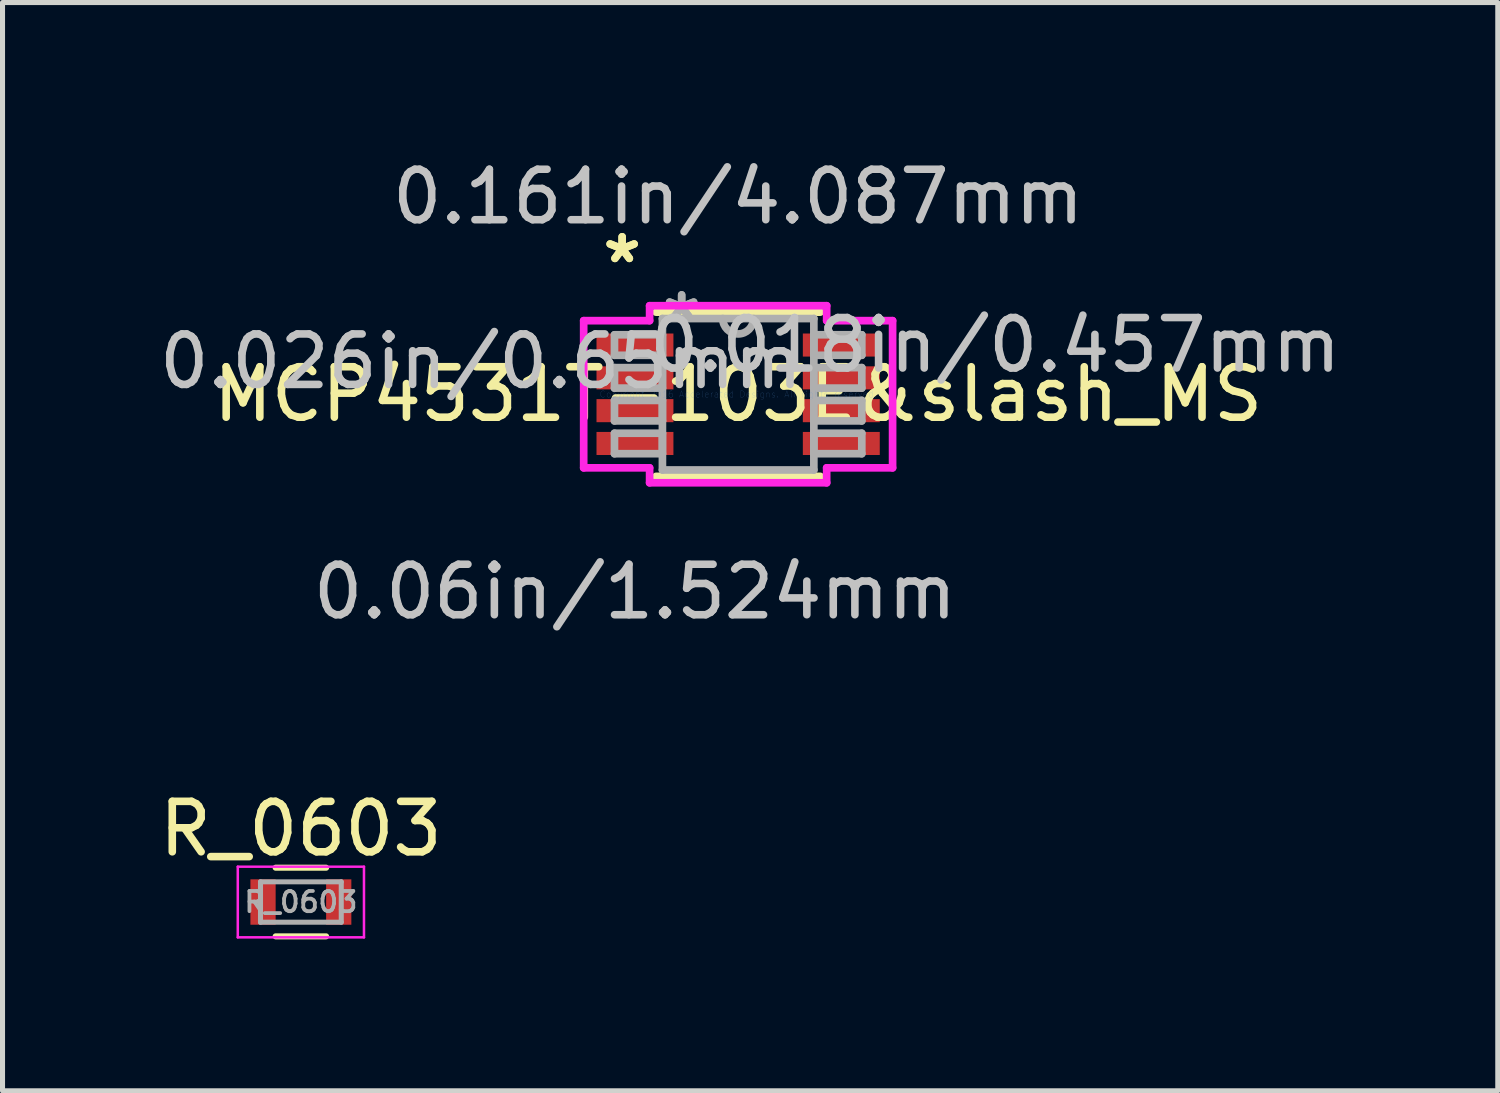
<source format=kicad_pcb>
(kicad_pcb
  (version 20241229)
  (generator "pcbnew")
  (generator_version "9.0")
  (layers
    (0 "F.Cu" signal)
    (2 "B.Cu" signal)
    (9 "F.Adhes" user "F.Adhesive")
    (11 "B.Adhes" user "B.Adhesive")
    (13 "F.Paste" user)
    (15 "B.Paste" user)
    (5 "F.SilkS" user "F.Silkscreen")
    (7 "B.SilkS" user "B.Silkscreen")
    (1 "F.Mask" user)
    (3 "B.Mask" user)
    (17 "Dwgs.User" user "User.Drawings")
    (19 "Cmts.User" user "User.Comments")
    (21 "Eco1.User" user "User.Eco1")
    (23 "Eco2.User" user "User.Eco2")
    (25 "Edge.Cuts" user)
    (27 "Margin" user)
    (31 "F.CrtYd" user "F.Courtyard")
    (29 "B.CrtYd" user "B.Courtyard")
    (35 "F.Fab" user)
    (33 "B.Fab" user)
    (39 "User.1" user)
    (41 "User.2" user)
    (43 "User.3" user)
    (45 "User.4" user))
  (footprint "MCP4531T-103E&slash_MS"
    (layer "F.Cu")
    (at 11.574 4.761)
    (property "Reference" "MCP4531T-103E&slash_MS" (at 0 0 0) (layer "F.SilkS") (effects (font (size 1 1) (thickness 0.15))))
    (attr through_hole)
    (fp_line (start -1.627 1.627) (end 1.627 1.627) (stroke (width 0.152) (type solid)) (layer "F.SilkS"))
    (fp_line (start 1.627 -1.627) (end -1.627 -1.627) (stroke (width 0.152) (type solid)) (layer "F.SilkS"))
    (fp_line (start -3.06 -1.458) (end -1.754 -1.458) (stroke (width 0.152) (type solid)) (layer "F.CrtYd"))
    (fp_line (start -3.06 1.458) (end -3.06 -1.458) (stroke (width 0.152) (type solid)) (layer "F.CrtYd"))
    (fp_line (start -1.754 -1.754) (end 1.754 -1.754) (stroke (width 0.152) (type solid)) (layer "F.CrtYd"))
    (fp_line (start -1.754 -1.458) (end -1.754 -1.754) (stroke (width 0.152) (type solid)) (layer "F.CrtYd"))
    (fp_line (start -1.754 1.458) (end -3.06 1.458) (stroke (width 0.152) (type solid)) (layer "F.CrtYd"))
    (fp_line (start -1.754 1.754) (end -1.754 1.458) (stroke (width 0.152) (type solid)) (layer "F.CrtYd"))
    (fp_line (start 1.754 -1.754) (end 1.754 -1.458) (stroke (width 0.152) (type solid)) (layer "F.CrtYd"))
    (fp_line (start 1.754 -1.458) (end 3.06 -1.458) (stroke (width 0.152) (type solid)) (layer "F.CrtYd"))
    (fp_line (start 1.754 1.458) (end 1.754 1.754) (stroke (width 0.152) (type solid)) (layer "F.CrtYd"))
    (fp_line (start 1.754 1.754) (end -1.754 1.754) (stroke (width 0.152) (type solid)) (layer "F.CrtYd"))
    (fp_line (start 3.06 -1.458) (end 3.06 1.458) (stroke (width 0.152) (type solid)) (layer "F.CrtYd"))
    (fp_line (start 3.06 1.458) (end 1.754 1.458) (stroke (width 0.152) (type solid)) (layer "F.CrtYd"))
    (fp_line (start -2.45 -1.178) (end -2.45 -0.772) (stroke (width 0.152) (type solid)) (layer "F.Fab"))
    (fp_line (start -2.45 -0.772) (end -1.5 -0.772) (stroke (width 0.152) (type solid)) (layer "F.Fab"))
    (fp_line (start -2.45 -0.528) (end -2.45 -0.122) (stroke (width 0.152) (type solid)) (layer "F.Fab"))
    (fp_line (start -2.45 -0.122) (end -1.5 -0.122) (stroke (width 0.152) (type solid)) (layer "F.Fab"))
    (fp_line (start -2.45 0.122) (end -2.45 0.528) (stroke (width 0.152) (type solid)) (layer "F.Fab"))
    (fp_line (start -2.45 0.528) (end -1.5 0.528) (stroke (width 0.152) (type solid)) (layer "F.Fab"))
    (fp_line (start -2.45 0.772) (end -2.45 1.178) (stroke (width 0.152) (type solid)) (layer "F.Fab"))
    (fp_line (start -2.45 1.178) (end -1.5 1.178) (stroke (width 0.152) (type solid)) (layer "F.Fab"))
    (fp_line (start -1.5 -1.5) (end -1.5 1.5) (stroke (width 0.152) (type solid)) (layer "F.Fab"))
    (fp_line (start -1.5 -1.178) (end -2.45 -1.178) (stroke (width 0.152) (type solid)) (layer "F.Fab"))
    (fp_line (start -1.5 -0.772) (end -1.5 -1.178) (stroke (width 0.152) (type solid)) (layer "F.Fab"))
    (fp_line (start -1.5 -0.528) (end -2.45 -0.528) (stroke (width 0.152) (type solid)) (layer "F.Fab"))
    (fp_line (start -1.5 -0.122) (end -1.5 -0.528) (stroke (width 0.152) (type solid)) (layer "F.Fab"))
    (fp_line (start -1.5 0.122) (end -2.45 0.122) (stroke (width 0.152) (type solid)) (layer "F.Fab"))
    (fp_line (start -1.5 0.528) (end -1.5 0.122) (stroke (width 0.152) (type solid)) (layer "F.Fab"))
    (fp_line (start -1.5 0.772) (end -2.45 0.772) (stroke (width 0.152) (type solid)) (layer "F.Fab"))
    (fp_line (start -1.5 1.178) (end -1.5 0.772) (stroke (width 0.152) (type solid)) (layer "F.Fab"))
    (fp_line (start -1.5 1.5) (end 1.5 1.5) (stroke (width 0.152) (type solid)) (layer "F.Fab"))
    (fp_line (start 1.5 -1.5) (end -1.5 -1.5) (stroke (width 0.152) (type solid)) (layer "F.Fab"))
    (fp_line (start 1.5 -1.178) (end 1.5 -0.772) (stroke (width 0.152) (type solid)) (layer "F.Fab"))
    (fp_line (start 1.5 -0.772) (end 2.45 -0.772) (stroke (width 0.152) (type solid)) (layer "F.Fab"))
    (fp_line (start 1.5 -0.528) (end 1.5 -0.122) (stroke (width 0.152) (type solid)) (layer "F.Fab"))
    (fp_line (start 1.5 -0.122) (end 2.45 -0.122) (stroke (width 0.152) (type solid)) (layer "F.Fab"))
    (fp_line (start 1.5 0.122) (end 1.5 0.528) (stroke (width 0.152) (type solid)) (layer "F.Fab"))
    (fp_line (start 1.5 0.528) (end 2.45 0.528) (stroke (width 0.152) (type solid)) (layer "F.Fab"))
    (fp_line (start 1.5 0.772) (end 1.5 1.178) (stroke (width 0.152) (type solid)) (layer "F.Fab"))
    (fp_line (start 1.5 1.178) (end 2.45 1.178) (stroke (width 0.152) (type solid)) (layer "F.Fab"))
    (fp_line (start 1.5 1.5) (end 1.5 -1.5) (stroke (width 0.152) (type solid)) (layer "F.Fab"))
    (fp_line (start 2.45 -1.178) (end 1.5 -1.178) (stroke (width 0.152) (type solid)) (layer "F.Fab"))
    (fp_line (start 2.45 -0.772) (end 2.45 -1.178) (stroke (width 0.152) (type solid)) (layer "F.Fab"))
    (fp_line (start 2.45 -0.528) (end 1.5 -0.528) (stroke (width 0.152) (type solid)) (layer "F.Fab"))
    (fp_line (start 2.45 -0.122) (end 2.45 -0.528) (stroke (width 0.152) (type solid)) (layer "F.Fab"))
    (fp_line (start 2.45 0.122) (end 1.5 0.122) (stroke (width 0.152) (type solid)) (layer "F.Fab"))
    (fp_line (start 2.45 0.528) (end 2.45 0.122) (stroke (width 0.152) (type solid)) (layer "F.Fab"))
    (fp_line (start 2.45 0.772) (end 1.5 0.772) (stroke (width 0.152) (type solid)) (layer "F.Fab"))
    (fp_line (start 2.45 1.178) (end 2.45 0.772) (stroke (width 0.152) (type solid)) (layer "F.Fab"))
    (fp_arc (start 0.3048 -1.5) (mid 0 -1.1952) (end -0.3048 -1.5) (stroke (width 0.1524) (type solid)) (layer "F.Fab"))
    (fp_text user "*" (at -2.298 -2.575 0) (layer "F.SilkS") (effects (font (size 1 1) (thickness 0.15))))
    (fp_text user "*" (at -2.298 -2.575 0) (layer "F.SilkS") (effects (font (size 1 1) (thickness 0.15))))
    (fp_text user "0.026in/0.65mm" (at -5.092 -0.65 0) (layer "Dwgs.User") (effects (font (size 1 1) (thickness 0.15))))
    (fp_text user "0.018in/0.457mm" (at 5.092 -0.975 0) (layer "Dwgs.User") (effects (font (size 1 1) (thickness 0.15))))
    (fp_text user "0.161in/4.087mm" (at 0 -3.913 0) (layer "Dwgs.User") (effects (font (size 1 1) (thickness 0.15))))
    (fp_text user "0.06in/1.524mm" (at -2.044 3.913 0) (layer "Dwgs.User") (effects (font (size 1 1) (thickness 0.15))))
    (fp_text user "Copyright 2016 Accelerated Designs. All rights reserved." (at 0 0 0) (layer "Cmts.User") (effects (font (size 0.127 0.127) (thickness 0.002))))
    (fp_text user "*" (at -1.119 -1.424 0) (layer "F.Fab") (effects (font (size 1 1) (thickness 0.15))))
    (fp_text user "*" (at -1.119 -1.424 0) (layer "F.Fab") (effects (font (size 1 1) (thickness 0.15))))
    (pad "1" smd rect (at -2.044 -0.975) (size 1.524 0.457) (layers "F.Cu" "F.Mask" "F.Paste"))
    (pad "2" smd rect (at -2.044 -0.325) (size 1.524 0.457) (layers "F.Cu" "F.Mask" "F.Paste"))
    (pad "3" smd rect (at -2.044 0.325) (size 1.524 0.457) (layers "F.Cu" "F.Mask" "F.Paste"))
    (pad "4" smd rect (at -2.044 0.975) (size 1.524 0.457) (layers "F.Cu" "F.Mask" "F.Paste"))
    (pad "5" smd rect (at 2.044 0.975) (size 1.524 0.457) (layers "F.Cu" "F.Mask" "F.Paste"))
    (pad "6" smd rect (at 2.044 0.325) (size 1.524 0.457) (layers "F.Cu" "F.Mask" "F.Paste"))
    (pad "7" smd rect (at 2.044 -0.325) (size 1.524 0.457) (layers "F.Cu" "F.Mask" "F.Paste"))
    (pad "8" smd rect (at 2.044 -0.975) (size 1.524 0.457) (layers "F.Cu" "F.Mask" "F.Paste")))
  (footprint "R_0603"
    (placed yes)
    (layer "F.Cu")
    (at 2.911 14.821)
    (property "Reference" "R_0603" (at 0 -1.45 0) (layer "F.SilkS") (effects (font (size 1 1) (thickness 0.15))))
    (attr smd)
    (fp_line (start -0.5 -0.68) (end 0.5 -0.68) (stroke (width 0.12) (type solid)) (layer "F.SilkS"))
    (fp_line (start 0.5 0.68) (end -0.5 0.68) (stroke (width 0.12) (type solid)) (layer "F.SilkS"))
    (fp_line (start -1.25 -0.7) (end -1.25 0.7) (stroke (width 0.05) (type solid)) (layer "F.CrtYd"))
    (fp_line (start -1.25 -0.7) (end 1.25 -0.7) (stroke (width 0.05) (type solid)) (layer "F.CrtYd"))
    (fp_line (start 1.25 0.7) (end -1.25 0.7) (stroke (width 0.05) (type solid)) (layer "F.CrtYd"))
    (fp_line (start 1.25 0.7) (end 1.25 -0.7) (stroke (width 0.05) (type solid)) (layer "F.CrtYd"))
    (fp_line (start -0.8 -0.4) (end 0.8 -0.4) (stroke (width 0.1) (type solid)) (layer "F.Fab"))
    (fp_line (start -0.8 0.4) (end -0.8 -0.4) (stroke (width 0.1) (type solid)) (layer "F.Fab"))
    (fp_line (start 0.8 -0.4) (end 0.8 0.4) (stroke (width 0.1) (type solid)) (layer "F.Fab"))
    (fp_line (start 0.8 0.4) (end -0.8 0.4) (stroke (width 0.1) (type solid)) (layer "F.Fab"))
    (fp_text user "${REFERENCE}" (at 0 0 0) (layer "F.Fab") (effects (font (size 0.4 0.4) (thickness 0.075))))
    (pad "1" smd rect (at -0.75 0) (size 0.5 0.9) (layers "F.Cu" "F.Mask" "F.Paste"))
    (pad "2" smd rect (at 0.75 0) (size 0.5 0.9) (layers "F.Cu" "F.Mask" "F.Paste")))
  (gr_rect
    (start -3 -3)
    (end 26.624 18.561)
    (stroke (width 0.1) (type default))
    (fill no)
    (layer "Edge.Cuts")))
</source>
